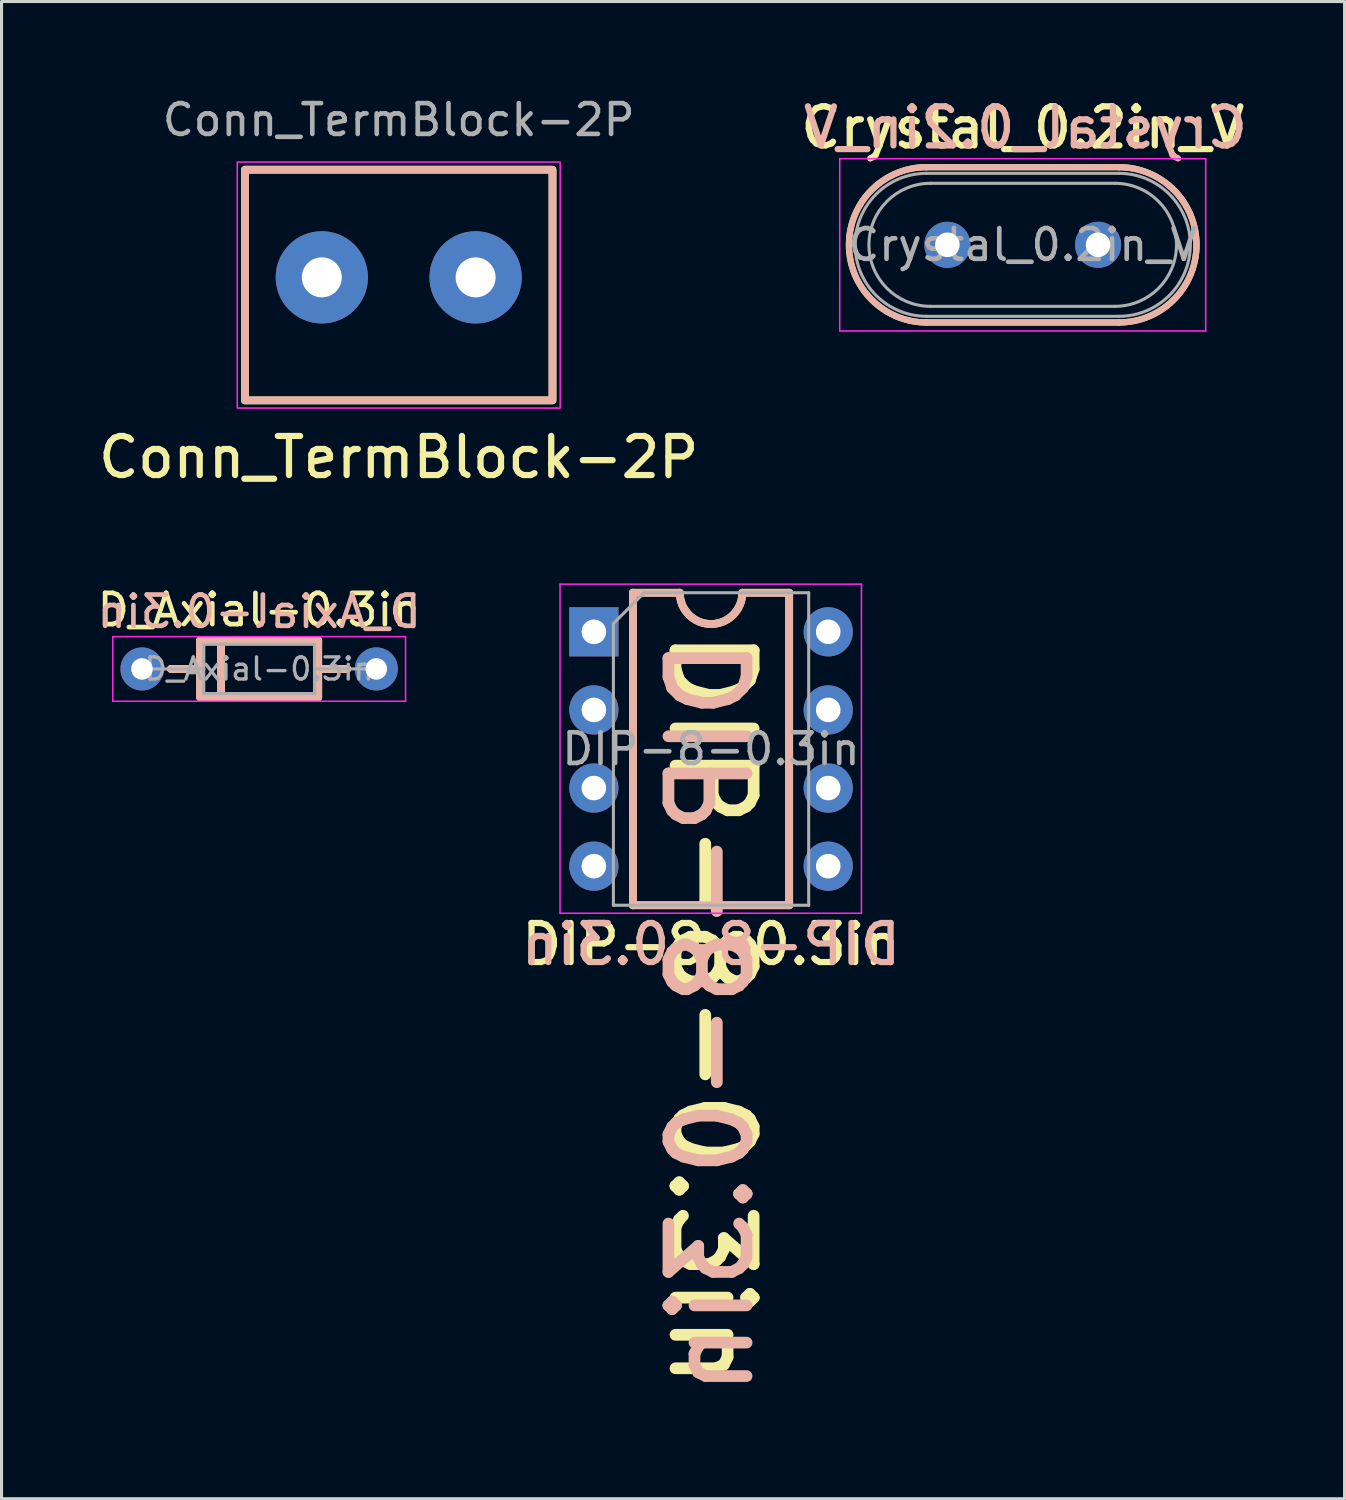
<source format=kicad_pcb>
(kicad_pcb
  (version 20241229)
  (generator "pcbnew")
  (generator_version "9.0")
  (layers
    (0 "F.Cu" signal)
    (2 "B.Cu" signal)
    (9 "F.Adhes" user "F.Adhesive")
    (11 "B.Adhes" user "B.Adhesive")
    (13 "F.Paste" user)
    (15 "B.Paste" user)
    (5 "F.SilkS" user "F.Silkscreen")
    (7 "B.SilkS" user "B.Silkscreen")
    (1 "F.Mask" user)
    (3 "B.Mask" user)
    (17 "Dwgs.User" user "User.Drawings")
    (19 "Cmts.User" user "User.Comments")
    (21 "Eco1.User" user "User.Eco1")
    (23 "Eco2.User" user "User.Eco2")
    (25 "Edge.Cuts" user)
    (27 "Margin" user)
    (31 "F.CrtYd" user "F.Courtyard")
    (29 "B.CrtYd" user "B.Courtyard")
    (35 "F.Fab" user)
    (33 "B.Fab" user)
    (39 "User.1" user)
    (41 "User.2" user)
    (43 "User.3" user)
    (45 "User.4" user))
  (footprint "Crystal_0.2in_V"
    (layer "F.Cu")
    (at 27.753 4.91)
    (property "Reference" "Crystal_0.2in_V" (at 2.45 -3.81 0) (layer "F.SilkS") (effects (font (size 1.27 1.27) (thickness 0.203))))
    (attr through_hole)
    (fp_line (start -0.675 -2.525) (end 5.575 -2.525) (stroke (width 0.203) (type solid)) (layer "F.SilkS"))
    (fp_line (start -0.675 2.525) (end 5.575 2.525) (stroke (width 0.203) (type solid)) (layer "F.SilkS"))
    (fp_arc (start -0.675 2.525) (mid -3.2 0) (end -0.675 -2.525) (stroke (width 0.2032) (type solid)) (layer "F.SilkS"))
    (fp_arc (start 5.575 -2.525) (mid 8.1 0) (end 5.575 2.525) (stroke (width 0.2032) (type solid)) (layer "F.SilkS"))
    (fp_line (start -0.675 -2.525) (end 5.575 -2.525) (stroke (width 0.203) (type solid)) (layer "B.SilkS"))
    (fp_line (start -0.675 2.525) (end 5.575 2.525) (stroke (width 0.203) (type solid)) (layer "B.SilkS"))
    (fp_arc (start -0.675 2.525) (mid -3.2 0) (end -0.675 -2.525) (stroke (width 0.2032) (type solid)) (layer "B.SilkS"))
    (fp_arc (start 5.575 -2.525) (mid 8.1 0) (end 5.575 2.525) (stroke (width 0.2032) (type solid)) (layer "B.SilkS"))
    (fp_line (start -3.5 -2.8) (end -3.5 2.8) (stroke (width 0.05) (type solid)) (layer "F.CrtYd"))
    (fp_line (start -3.5 2.8) (end 8.4 2.8) (stroke (width 0.05) (type solid)) (layer "F.CrtYd"))
    (fp_line (start 8.4 -2.8) (end -3.5 -2.8) (stroke (width 0.05) (type solid)) (layer "F.CrtYd"))
    (fp_line (start 8.4 2.8) (end 8.4 -2.8) (stroke (width 0.05) (type solid)) (layer "F.CrtYd"))
    (fp_line (start -0.675 -2.325) (end 5.575 -2.325) (stroke (width 0.1) (type solid)) (layer "F.Fab"))
    (fp_line (start -0.675 2.325) (end 5.575 2.325) (stroke (width 0.1) (type solid)) (layer "F.Fab"))
    (fp_line (start -0.55 -2) (end 5.45 -2) (stroke (width 0.1) (type solid)) (layer "F.Fab"))
    (fp_line (start -0.55 2) (end 5.45 2) (stroke (width 0.1) (type solid)) (layer "F.Fab"))
    (fp_arc (start -0.675 2.325) (mid -3 0) (end -0.675 -2.325) (stroke (width 0.1) (type solid)) (layer "F.Fab"))
    (fp_arc (start -0.55 2) (mid -2.55 0) (end -0.55 -2) (stroke (width 0.1) (type solid)) (layer "F.Fab"))
    (fp_arc (start 5.45 -2) (mid 7.45 0) (end 5.45 2) (stroke (width 0.1) (type solid)) (layer "F.Fab"))
    (fp_arc (start 5.575 -2.325) (mid 7.9 0) (end 5.575 2.325) (stroke (width 0.1) (type solid)) (layer "F.Fab"))
    (fp_text user "${Reference}" (at 2.54 -3.81 0) (unlocked yes) (layer "B.SilkS") (effects (font (size 1.27 1.27) (thickness 0.203)) (justify mirror)))
    (fp_text user "${REFERENCE}" (at 2.45 0 0) (layer "F.Fab") (effects (font (size 1 1) (thickness 0.15))))
    (pad "1" thru_hole circle (at 0 0) (size 1.5 1.5) (drill 0.8) (layers "*.Cu" "*.Mask"))
    (pad "2" thru_hole circle (at 4.9 0) (size 1.5 1.5) (drill 0.8) (layers "*.Cu" "*.Mask")))
  (footprint "Conn_TermBlock-2P"
    (layer "F.Cu")
    (at 9.914 5.968)
    (property "Reference" "Conn_TermBlock-2P" (at 0 5.85 0) (unlocked yes) (layer "F.SilkS") (effects (font (size 1.27 1.27) (thickness 0.203))))
    (attr through_hole)
    (fp_rect (start -5 -3.5) (end 5 4) (stroke (width 0.254) (type default)) (fill no) (layer "F.SilkS"))
    (fp_rect (start -5 -3.5) (end 5 4) (stroke (width 0.254) (type default)) (fill no) (layer "B.SilkS"))
    (fp_rect (start -5.25 -3.75) (end 5.25 4.25) (stroke (width 0.05) (type default)) (fill no) (layer "F.CrtYd"))
    (fp_text user "${REFERENCE}" (at 0 -5.12 0) (unlocked yes) (layer "F.Fab") (effects (font (size 1 1) (thickness 0.15))))
    (pad "1" thru_hole circle (at -2.5 0) (size 3 3) (drill 1.3) (layers "*.Cu" "*.Mask"))
    (pad "2" thru_hole circle (at 2.5 0) (size 3 3) (drill 1.3) (layers "*.Cu" "*.Mask")))
  (footprint "DIP-8-0.3in"
    (layer "F.Cu")
    (at 16.259 17.493)
    (property "Reference" "DIP-8-0.3in" (at 3.81 10.16 0) (layer "F.SilkS") (effects (font (size 1.27 1.27) (thickness 0.203))))
    (property "Value" "DIP-8-0.3in" (at 3.81 9.95 0) (layer "F.Fab") (hide yes) (effects (font (size 1 1) (thickness 0.15))))
    (attr through_hole)
    (fp_line (start 1.27 -1.27) (end 1.27 8.89) (stroke (width 0.254) (type solid)) (layer "F.SilkS"))
    (fp_line (start 1.27 8.89) (end 6.35 8.89) (stroke (width 0.254) (type solid)) (layer "F.SilkS"))
    (fp_line (start 2.794 -1.27) (end 1.27 -1.27) (stroke (width 0.254) (type solid)) (layer "F.SilkS"))
    (fp_line (start 6.35 -1.27) (end 4.826 -1.27) (stroke (width 0.254) (type solid)) (layer "F.SilkS"))
    (fp_line (start 6.35 8.89) (end 6.35 -1.27) (stroke (width 0.254) (type solid)) (layer "F.SilkS"))
    (fp_arc (start 4.826 -1.27) (mid 3.81 -0.254) (end 2.794 -1.27) (stroke (width 0.254) (type solid)) (layer "F.SilkS"))
    (fp_line (start 1.27 -1.27) (end 1.27 8.89) (stroke (width 0.254) (type solid)) (layer "B.SilkS"))
    (fp_line (start 1.27 8.89) (end 6.35 8.89) (stroke (width 0.254) (type solid)) (layer "B.SilkS"))
    (fp_line (start 2.794 -1.27) (end 1.27 -1.27) (stroke (width 0.254) (type solid)) (layer "B.SilkS"))
    (fp_line (start 6.35 -1.27) (end 4.826 -1.27) (stroke (width 0.254) (type solid)) (layer "B.SilkS"))
    (fp_line (start 6.35 8.89) (end 6.35 -1.27) (stroke (width 0.254) (type solid)) (layer "B.SilkS"))
    (fp_arc (start 4.826 -1.27) (mid 3.81 -0.254) (end 2.794 -1.27) (stroke (width 0.254) (type solid)) (layer "B.SilkS"))
    (fp_line (start -1.1 -1.55) (end -1.1 9.15) (stroke (width 0.05) (type solid)) (layer "F.CrtYd"))
    (fp_line (start -1.1 9.15) (end 8.7 9.15) (stroke (width 0.05) (type solid)) (layer "F.CrtYd"))
    (fp_line (start 8.7 -1.55) (end -1.1 -1.55) (stroke (width 0.05) (type solid)) (layer "F.CrtYd"))
    (fp_line (start 8.7 9.15) (end 8.7 -1.55) (stroke (width 0.05) (type solid)) (layer "F.CrtYd"))
    (fp_line (start 0.635 -0.27) (end 1.635 -1.27) (stroke (width 0.1) (type solid)) (layer "F.Fab"))
    (fp_line (start 0.635 8.89) (end 0.635 -0.27) (stroke (width 0.1) (type solid)) (layer "F.Fab"))
    (fp_line (start 1.635 -1.27) (end 6.985 -1.27) (stroke (width 0.1) (type solid)) (layer "F.Fab"))
    (fp_line (start 6.985 -1.27) (end 6.985 8.89) (stroke (width 0.1) (type solid)) (layer "F.Fab"))
    (fp_line (start 6.985 8.89) (end 0.635 8.89) (stroke (width 0.1) (type solid)) (layer "F.Fab"))
    (fp_text user "${Value}" (at 3.81 -0.254 270) (unlocked yes) (layer "F.SilkS") (effects (font (size 2.54 2.54) (thickness 0.381)) (justify left)))
    (fp_text user "${REFERENCE}" (at 3.81 10.16 0) (unlocked yes) (layer "B.SilkS") (effects (font (size 1.27 1.27) (thickness 0.203)) (justify mirror)))
    (fp_text user "${Value}" (at 3.81 0 90) (unlocked yes) (layer "B.SilkS") (effects (font (size 2.54 2.54) (thickness 0.381)) (justify left mirror)))
    (fp_text user "${REFERENCE}" (at 3.81 3.81 0) (layer "F.Fab") (effects (font (size 1 1) (thickness 0.15))))
    (pad "1" thru_hole rect (at 0 0) (size 1.6 1.6) (drill 0.8) (layers "*.Cu" "*.Mask"))
    (pad "2" thru_hole oval (at 0 2.54) (size 1.6 1.6) (drill 0.8) (layers "*.Cu" "*.Mask"))
    (pad "3" thru_hole oval (at 0 5.08) (size 1.6 1.6) (drill 0.8) (layers "*.Cu" "*.Mask"))
    (pad "4" thru_hole oval (at 0 7.62) (size 1.6 1.6) (drill 0.8) (layers "*.Cu" "*.Mask"))
    (pad "5" thru_hole oval (at 7.62 7.62) (size 1.6 1.6) (drill 0.8) (layers "*.Cu" "*.Mask"))
    (pad "6" thru_hole oval (at 7.62 5.08) (size 1.6 1.6) (drill 0.8) (layers "*.Cu" "*.Mask"))
    (pad "7" thru_hole oval (at 7.62 2.54) (size 1.6 1.6) (drill 0.8) (layers "*.Cu" "*.Mask"))
    (pad "8" thru_hole oval (at 7.62 0) (size 1.6 1.6) (drill 0.8) (layers "*.Cu" "*.Mask")))
  (footprint "D_Axial-0.3in"
    (layer "F.Cu")
    (at 5.376 18.7)
    (property "Reference" "D_Axial-0.3in" (at 0 -1.92 0) (layer "F.SilkS") (effects (font (size 1.016 1.016) (thickness 0.152))))
    (attr through_hole)
    (fp_line (start -2.87 0) (end -1.92 0) (stroke (width 0.254) (type solid)) (layer "F.SilkS"))
    (fp_line (start -1.92 -0.92) (end -1.92 0.92) (stroke (width 0.254) (type solid)) (layer "F.SilkS"))
    (fp_line (start -1.92 0.92) (end 1.92 0.92) (stroke (width 0.254) (type solid)) (layer "F.SilkS"))
    (fp_line (start -1.24 0.92) (end -1.24 -0.92) (stroke (width 0.254) (type solid)) (layer "F.SilkS"))
    (fp_line (start 1.92 -0.92) (end -1.92 -0.92) (stroke (width 0.254) (type solid)) (layer "F.SilkS"))
    (fp_line (start 1.92 0.92) (end 1.92 -0.92) (stroke (width 0.254) (type solid)) (layer "F.SilkS"))
    (fp_line (start 2.87 0) (end 1.92 0) (stroke (width 0.254) (type solid)) (layer "F.SilkS"))
    (fp_line (start -2.87 0) (end -1.92 0) (stroke (width 0.254) (type solid)) (layer "B.SilkS"))
    (fp_line (start -1.92 -0.92) (end -1.92 0.92) (stroke (width 0.254) (type solid)) (layer "B.SilkS"))
    (fp_line (start -1.92 0.92) (end 1.92 0.92) (stroke (width 0.254) (type solid)) (layer "B.SilkS"))
    (fp_line (start -1.24 0.92) (end -1.24 -0.92) (stroke (width 0.254) (type solid)) (layer "B.SilkS"))
    (fp_line (start 1.92 -0.92) (end -1.92 -0.92) (stroke (width 0.254) (type solid)) (layer "B.SilkS"))
    (fp_line (start 1.92 0.92) (end 1.92 -0.92) (stroke (width 0.254) (type solid)) (layer "B.SilkS"))
    (fp_line (start 2.87 0) (end 1.92 0) (stroke (width 0.254) (type solid)) (layer "B.SilkS"))
    (fp_line (start -4.76 -1.05) (end -4.76 1.05) (stroke (width 0.05) (type solid)) (layer "F.CrtYd"))
    (fp_line (start -4.76 1.05) (end 4.76 1.05) (stroke (width 0.05) (type solid)) (layer "F.CrtYd"))
    (fp_line (start 4.76 -1.05) (end -4.76 -1.05) (stroke (width 0.05) (type solid)) (layer "F.CrtYd"))
    (fp_line (start 4.76 1.05) (end 4.76 -1.05) (stroke (width 0.05) (type solid)) (layer "F.CrtYd"))
    (fp_line (start -3.81 0) (end -1.8 0) (stroke (width 0.1) (type solid)) (layer "F.Fab"))
    (fp_line (start -1.8 -0.8) (end -1.8 0.8) (stroke (width 0.1) (type solid)) (layer "F.Fab"))
    (fp_line (start -1.8 0.8) (end 1.8 0.8) (stroke (width 0.1) (type solid)) (layer "F.Fab"))
    (fp_line (start 1.8 -0.8) (end -1.8 -0.8) (stroke (width 0.1) (type solid)) (layer "F.Fab"))
    (fp_line (start 1.8 0.8) (end 1.8 -0.8) (stroke (width 0.1) (type solid)) (layer "F.Fab"))
    (fp_line (start 3.81 0) (end 1.8 0) (stroke (width 0.1) (type solid)) (layer "F.Fab"))
    (fp_text user "${Reference}" (at 0 -1.27 0) (unlocked yes) (layer "B.SilkS") (effects (font (size 1.016 1.016) (thickness 0.152)) (justify bottom mirror)))
    (fp_text user "${REFERENCE}" (at 0 0 0) (layer "F.Fab") (effects (font (size 0.72 0.72) (thickness 0.108))))
    (pad "1" thru_hole circle (at -3.81 0) (size 1.4 1.4) (drill 0.7) (layers "*.Cu" "*.Mask"))
    (pad "2" thru_hole oval (at 3.81 0) (size 1.4 1.4) (drill 0.7) (layers "*.Cu" "*.Mask")))
  (gr_rect
    (start -3 -3)
    (end 40.668 45.681)
    (stroke (width 0.1) (type default))
    (fill no)
    (layer "Edge.Cuts")))
</source>
